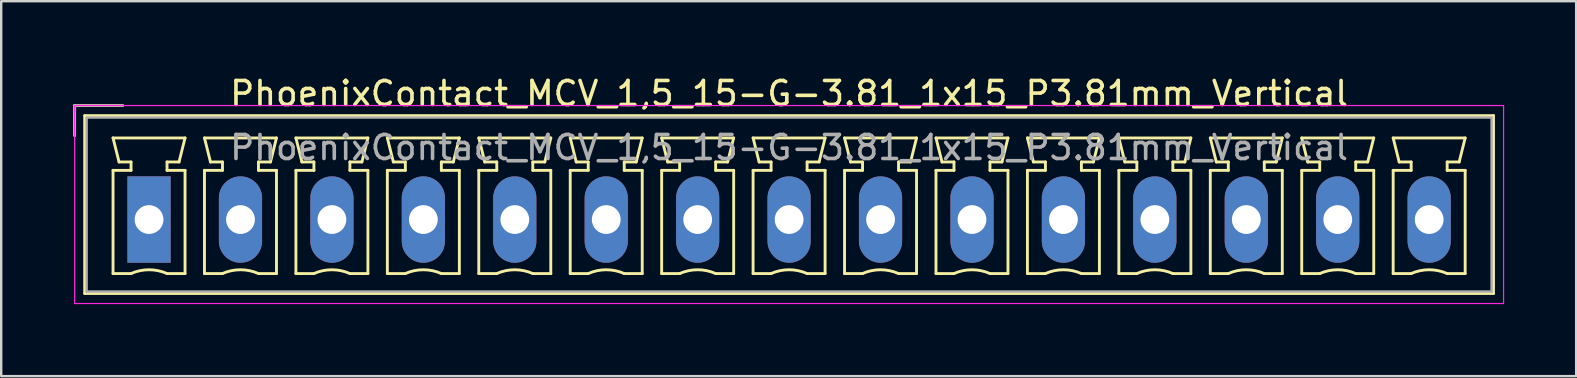
<source format=kicad_pcb>
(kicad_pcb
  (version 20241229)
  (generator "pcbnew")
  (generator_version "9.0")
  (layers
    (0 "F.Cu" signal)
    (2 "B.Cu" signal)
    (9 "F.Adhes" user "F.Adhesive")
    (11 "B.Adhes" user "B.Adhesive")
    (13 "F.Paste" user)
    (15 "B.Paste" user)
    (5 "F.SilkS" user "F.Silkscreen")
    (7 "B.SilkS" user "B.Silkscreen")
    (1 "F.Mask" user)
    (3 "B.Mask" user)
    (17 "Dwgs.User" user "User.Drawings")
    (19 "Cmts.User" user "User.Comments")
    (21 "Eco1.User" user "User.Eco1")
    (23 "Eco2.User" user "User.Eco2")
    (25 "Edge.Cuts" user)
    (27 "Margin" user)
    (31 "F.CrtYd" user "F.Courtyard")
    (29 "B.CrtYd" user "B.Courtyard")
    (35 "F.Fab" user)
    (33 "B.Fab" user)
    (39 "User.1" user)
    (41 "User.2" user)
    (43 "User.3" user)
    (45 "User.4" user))
  (footprint "PhoenixContact_MCV_1,5_15-G-3.81_1x15_P3.81mm_Vertical"
    (layer "F.Cu")
    (at 3.16 6.098)
    (property "Reference" "PhoenixContact_MCV_1,5_15-G-3.81_1x15_P3.81mm_Vertical" (at 26.67 -5.25 0) (layer "F.SilkS") (effects (font (size 1 1) (thickness 0.15))))
    (attr through_hole)
    (fp_line (start -3.1 -4.75) (end -1.1 -4.75) (stroke (width 0.12) (type solid)) (layer "F.SilkS"))
    (fp_line (start -3.1 -3.5) (end -3.1 -4.75) (stroke (width 0.12) (type solid)) (layer "F.SilkS"))
    (fp_line (start -2.68 -4.33) (end -2.68 3.08) (stroke (width 0.12) (type solid)) (layer "F.SilkS"))
    (fp_line (start -2.68 3.08) (end 56.02 3.08) (stroke (width 0.12) (type solid)) (layer "F.SilkS"))
    (fp_line (start -1.5 -3.4) (end 1.5 -3.4) (stroke (width 0.12) (type solid)) (layer "F.SilkS"))
    (fp_line (start -1.5 -2.05) (end -0.75 -2.05) (stroke (width 0.12) (type solid)) (layer "F.SilkS"))
    (fp_line (start -1.5 2.25) (end -1.5 -2.05) (stroke (width 0.12) (type solid)) (layer "F.SilkS"))
    (fp_line (start -1.25 -2.4) (end -1.5 -3.4) (stroke (width 0.12) (type solid)) (layer "F.SilkS"))
    (fp_line (start -0.75 -2.4) (end -1.25 -2.4) (stroke (width 0.12) (type solid)) (layer "F.SilkS"))
    (fp_line (start -0.75 -2.05) (end -0.75 -2.4) (stroke (width 0.12) (type solid)) (layer "F.SilkS"))
    (fp_line (start -0.75 2.25) (end -1.5 2.25) (stroke (width 0.12) (type solid)) (layer "F.SilkS"))
    (fp_line (start 0.75 -2.4) (end 0.75 -2.05) (stroke (width 0.12) (type solid)) (layer "F.SilkS"))
    (fp_line (start 0.75 -2.05) (end 1.5 -2.05) (stroke (width 0.12) (type solid)) (layer "F.SilkS"))
    (fp_line (start 1.25 -2.4) (end 0.75 -2.4) (stroke (width 0.12) (type solid)) (layer "F.SilkS"))
    (fp_line (start 1.5 -3.4) (end 1.25 -2.4) (stroke (width 0.12) (type solid)) (layer "F.SilkS"))
    (fp_line (start 1.5 -2.05) (end 1.5 2.25) (stroke (width 0.12) (type solid)) (layer "F.SilkS"))
    (fp_line (start 1.5 2.25) (end 0.75 2.25) (stroke (width 0.12) (type solid)) (layer "F.SilkS"))
    (fp_line (start 2.31 -3.4) (end 5.31 -3.4) (stroke (width 0.12) (type solid)) (layer "F.SilkS"))
    (fp_line (start 2.31 -2.05) (end 3.06 -2.05) (stroke (width 0.12) (type solid)) (layer "F.SilkS"))
    (fp_line (start 2.31 2.25) (end 2.31 -2.05) (stroke (width 0.12) (type solid)) (layer "F.SilkS"))
    (fp_line (start 2.56 -2.4) (end 2.31 -3.4) (stroke (width 0.12) (type solid)) (layer "F.SilkS"))
    (fp_line (start 3.06 -2.4) (end 2.56 -2.4) (stroke (width 0.12) (type solid)) (layer "F.SilkS"))
    (fp_line (start 3.06 -2.05) (end 3.06 -2.4) (stroke (width 0.12) (type solid)) (layer "F.SilkS"))
    (fp_line (start 3.06 2.25) (end 2.31 2.25) (stroke (width 0.12) (type solid)) (layer "F.SilkS"))
    (fp_line (start 4.56 -2.4) (end 4.56 -2.05) (stroke (width 0.12) (type solid)) (layer "F.SilkS"))
    (fp_line (start 4.56 -2.05) (end 5.31 -2.05) (stroke (width 0.12) (type solid)) (layer "F.SilkS"))
    (fp_line (start 5.06 -2.4) (end 4.56 -2.4) (stroke (width 0.12) (type solid)) (layer "F.SilkS"))
    (fp_line (start 5.31 -3.4) (end 5.06 -2.4) (stroke (width 0.12) (type solid)) (layer "F.SilkS"))
    (fp_line (start 5.31 -2.05) (end 5.31 2.25) (stroke (width 0.12) (type solid)) (layer "F.SilkS"))
    (fp_line (start 5.31 2.25) (end 4.56 2.25) (stroke (width 0.12) (type solid)) (layer "F.SilkS"))
    (fp_line (start 6.12 -3.4) (end 9.12 -3.4) (stroke (width 0.12) (type solid)) (layer "F.SilkS"))
    (fp_line (start 6.12 -2.05) (end 6.87 -2.05) (stroke (width 0.12) (type solid)) (layer "F.SilkS"))
    (fp_line (start 6.12 2.25) (end 6.12 -2.05) (stroke (width 0.12) (type solid)) (layer "F.SilkS"))
    (fp_line (start 6.37 -2.4) (end 6.12 -3.4) (stroke (width 0.12) (type solid)) (layer "F.SilkS"))
    (fp_line (start 6.87 -2.4) (end 6.37 -2.4) (stroke (width 0.12) (type solid)) (layer "F.SilkS"))
    (fp_line (start 6.87 -2.05) (end 6.87 -2.4) (stroke (width 0.12) (type solid)) (layer "F.SilkS"))
    (fp_line (start 6.87 2.25) (end 6.12 2.25) (stroke (width 0.12) (type solid)) (layer "F.SilkS"))
    (fp_line (start 8.37 -2.4) (end 8.37 -2.05) (stroke (width 0.12) (type solid)) (layer "F.SilkS"))
    (fp_line (start 8.37 -2.05) (end 9.12 -2.05) (stroke (width 0.12) (type solid)) (layer "F.SilkS"))
    (fp_line (start 8.87 -2.4) (end 8.37 -2.4) (stroke (width 0.12) (type solid)) (layer "F.SilkS"))
    (fp_line (start 9.12 -3.4) (end 8.87 -2.4) (stroke (width 0.12) (type solid)) (layer "F.SilkS"))
    (fp_line (start 9.12 -2.05) (end 9.12 2.25) (stroke (width 0.12) (type solid)) (layer "F.SilkS"))
    (fp_line (start 9.12 2.25) (end 8.37 2.25) (stroke (width 0.12) (type solid)) (layer "F.SilkS"))
    (fp_line (start 9.93 -3.4) (end 12.93 -3.4) (stroke (width 0.12) (type solid)) (layer "F.SilkS"))
    (fp_line (start 9.93 -2.05) (end 10.68 -2.05) (stroke (width 0.12) (type solid)) (layer "F.SilkS"))
    (fp_line (start 9.93 2.25) (end 9.93 -2.05) (stroke (width 0.12) (type solid)) (layer "F.SilkS"))
    (fp_line (start 10.18 -2.4) (end 9.93 -3.4) (stroke (width 0.12) (type solid)) (layer "F.SilkS"))
    (fp_line (start 10.68 -2.4) (end 10.18 -2.4) (stroke (width 0.12) (type solid)) (layer "F.SilkS"))
    (fp_line (start 10.68 -2.05) (end 10.68 -2.4) (stroke (width 0.12) (type solid)) (layer "F.SilkS"))
    (fp_line (start 10.68 2.25) (end 9.93 2.25) (stroke (width 0.12) (type solid)) (layer "F.SilkS"))
    (fp_line (start 12.18 -2.4) (end 12.18 -2.05) (stroke (width 0.12) (type solid)) (layer "F.SilkS"))
    (fp_line (start 12.18 -2.05) (end 12.93 -2.05) (stroke (width 0.12) (type solid)) (layer "F.SilkS"))
    (fp_line (start 12.68 -2.4) (end 12.18 -2.4) (stroke (width 0.12) (type solid)) (layer "F.SilkS"))
    (fp_line (start 12.93 -3.4) (end 12.68 -2.4) (stroke (width 0.12) (type solid)) (layer "F.SilkS"))
    (fp_line (start 12.93 -2.05) (end 12.93 2.25) (stroke (width 0.12) (type solid)) (layer "F.SilkS"))
    (fp_line (start 12.93 2.25) (end 12.18 2.25) (stroke (width 0.12) (type solid)) (layer "F.SilkS"))
    (fp_line (start 13.74 -3.4) (end 16.74 -3.4) (stroke (width 0.12) (type solid)) (layer "F.SilkS"))
    (fp_line (start 13.74 -2.05) (end 14.49 -2.05) (stroke (width 0.12) (type solid)) (layer "F.SilkS"))
    (fp_line (start 13.74 2.25) (end 13.74 -2.05) (stroke (width 0.12) (type solid)) (layer "F.SilkS"))
    (fp_line (start 13.99 -2.4) (end 13.74 -3.4) (stroke (width 0.12) (type solid)) (layer "F.SilkS"))
    (fp_line (start 14.49 -2.4) (end 13.99 -2.4) (stroke (width 0.12) (type solid)) (layer "F.SilkS"))
    (fp_line (start 14.49 -2.05) (end 14.49 -2.4) (stroke (width 0.12) (type solid)) (layer "F.SilkS"))
    (fp_line (start 14.49 2.25) (end 13.74 2.25) (stroke (width 0.12) (type solid)) (layer "F.SilkS"))
    (fp_line (start 15.99 -2.4) (end 15.99 -2.05) (stroke (width 0.12) (type solid)) (layer "F.SilkS"))
    (fp_line (start 15.99 -2.05) (end 16.74 -2.05) (stroke (width 0.12) (type solid)) (layer "F.SilkS"))
    (fp_line (start 16.49 -2.4) (end 15.99 -2.4) (stroke (width 0.12) (type solid)) (layer "F.SilkS"))
    (fp_line (start 16.74 -3.4) (end 16.49 -2.4) (stroke (width 0.12) (type solid)) (layer "F.SilkS"))
    (fp_line (start 16.74 -2.05) (end 16.74 2.25) (stroke (width 0.12) (type solid)) (layer "F.SilkS"))
    (fp_line (start 16.74 2.25) (end 15.99 2.25) (stroke (width 0.12) (type solid)) (layer "F.SilkS"))
    (fp_line (start 17.55 -3.4) (end 20.55 -3.4) (stroke (width 0.12) (type solid)) (layer "F.SilkS"))
    (fp_line (start 17.55 -2.05) (end 18.3 -2.05) (stroke (width 0.12) (type solid)) (layer "F.SilkS"))
    (fp_line (start 17.55 2.25) (end 17.55 -2.05) (stroke (width 0.12) (type solid)) (layer "F.SilkS"))
    (fp_line (start 17.8 -2.4) (end 17.55 -3.4) (stroke (width 0.12) (type solid)) (layer "F.SilkS"))
    (fp_line (start 18.3 -2.4) (end 17.8 -2.4) (stroke (width 0.12) (type solid)) (layer "F.SilkS"))
    (fp_line (start 18.3 -2.05) (end 18.3 -2.4) (stroke (width 0.12) (type solid)) (layer "F.SilkS"))
    (fp_line (start 18.3 2.25) (end 17.55 2.25) (stroke (width 0.12) (type solid)) (layer "F.SilkS"))
    (fp_line (start 19.8 -2.4) (end 19.8 -2.05) (stroke (width 0.12) (type solid)) (layer "F.SilkS"))
    (fp_line (start 19.8 -2.05) (end 20.55 -2.05) (stroke (width 0.12) (type solid)) (layer "F.SilkS"))
    (fp_line (start 20.3 -2.4) (end 19.8 -2.4) (stroke (width 0.12) (type solid)) (layer "F.SilkS"))
    (fp_line (start 20.55 -3.4) (end 20.3 -2.4) (stroke (width 0.12) (type solid)) (layer "F.SilkS"))
    (fp_line (start 20.55 -2.05) (end 20.55 2.25) (stroke (width 0.12) (type solid)) (layer "F.SilkS"))
    (fp_line (start 20.55 2.25) (end 19.8 2.25) (stroke (width 0.12) (type solid)) (layer "F.SilkS"))
    (fp_line (start 21.36 -3.4) (end 24.36 -3.4) (stroke (width 0.12) (type solid)) (layer "F.SilkS"))
    (fp_line (start 21.36 -2.05) (end 22.11 -2.05) (stroke (width 0.12) (type solid)) (layer "F.SilkS"))
    (fp_line (start 21.36 2.25) (end 21.36 -2.05) (stroke (width 0.12) (type solid)) (layer "F.SilkS"))
    (fp_line (start 21.61 -2.4) (end 21.36 -3.4) (stroke (width 0.12) (type solid)) (layer "F.SilkS"))
    (fp_line (start 22.11 -2.4) (end 21.61 -2.4) (stroke (width 0.12) (type solid)) (layer "F.SilkS"))
    (fp_line (start 22.11 -2.05) (end 22.11 -2.4) (stroke (width 0.12) (type solid)) (layer "F.SilkS"))
    (fp_line (start 22.11 2.25) (end 21.36 2.25) (stroke (width 0.12) (type solid)) (layer "F.SilkS"))
    (fp_line (start 23.61 -2.4) (end 23.61 -2.05) (stroke (width 0.12) (type solid)) (layer "F.SilkS"))
    (fp_line (start 23.61 -2.05) (end 24.36 -2.05) (stroke (width 0.12) (type solid)) (layer "F.SilkS"))
    (fp_line (start 24.11 -2.4) (end 23.61 -2.4) (stroke (width 0.12) (type solid)) (layer "F.SilkS"))
    (fp_line (start 24.36 -3.4) (end 24.11 -2.4) (stroke (width 0.12) (type solid)) (layer "F.SilkS"))
    (fp_line (start 24.36 -2.05) (end 24.36 2.25) (stroke (width 0.12) (type solid)) (layer "F.SilkS"))
    (fp_line (start 24.36 2.25) (end 23.61 2.25) (stroke (width 0.12) (type solid)) (layer "F.SilkS"))
    (fp_line (start 25.17 -3.4) (end 28.17 -3.4) (stroke (width 0.12) (type solid)) (layer "F.SilkS"))
    (fp_line (start 25.17 -2.05) (end 25.92 -2.05) (stroke (width 0.12) (type solid)) (layer "F.SilkS"))
    (fp_line (start 25.17 2.25) (end 25.17 -2.05) (stroke (width 0.12) (type solid)) (layer "F.SilkS"))
    (fp_line (start 25.42 -2.4) (end 25.17 -3.4) (stroke (width 0.12) (type solid)) (layer "F.SilkS"))
    (fp_line (start 25.92 -2.4) (end 25.42 -2.4) (stroke (width 0.12) (type solid)) (layer "F.SilkS"))
    (fp_line (start 25.92 -2.05) (end 25.92 -2.4) (stroke (width 0.12) (type solid)) (layer "F.SilkS"))
    (fp_line (start 25.92 2.25) (end 25.17 2.25) (stroke (width 0.12) (type solid)) (layer "F.SilkS"))
    (fp_line (start 27.42 -2.4) (end 27.42 -2.05) (stroke (width 0.12) (type solid)) (layer "F.SilkS"))
    (fp_line (start 27.42 -2.05) (end 28.17 -2.05) (stroke (width 0.12) (type solid)) (layer "F.SilkS"))
    (fp_line (start 27.92 -2.4) (end 27.42 -2.4) (stroke (width 0.12) (type solid)) (layer "F.SilkS"))
    (fp_line (start 28.17 -3.4) (end 27.92 -2.4) (stroke (width 0.12) (type solid)) (layer "F.SilkS"))
    (fp_line (start 28.17 -2.05) (end 28.17 2.25) (stroke (width 0.12) (type solid)) (layer "F.SilkS"))
    (fp_line (start 28.17 2.25) (end 27.42 2.25) (stroke (width 0.12) (type solid)) (layer "F.SilkS"))
    (fp_line (start 28.98 -3.4) (end 31.98 -3.4) (stroke (width 0.12) (type solid)) (layer "F.SilkS"))
    (fp_line (start 28.98 -2.05) (end 29.73 -2.05) (stroke (width 0.12) (type solid)) (layer "F.SilkS"))
    (fp_line (start 28.98 2.25) (end 28.98 -2.05) (stroke (width 0.12) (type solid)) (layer "F.SilkS"))
    (fp_line (start 29.23 -2.4) (end 28.98 -3.4) (stroke (width 0.12) (type solid)) (layer "F.SilkS"))
    (fp_line (start 29.73 -2.4) (end 29.23 -2.4) (stroke (width 0.12) (type solid)) (layer "F.SilkS"))
    (fp_line (start 29.73 -2.05) (end 29.73 -2.4) (stroke (width 0.12) (type solid)) (layer "F.SilkS"))
    (fp_line (start 29.73 2.25) (end 28.98 2.25) (stroke (width 0.12) (type solid)) (layer "F.SilkS"))
    (fp_line (start 31.23 -2.4) (end 31.23 -2.05) (stroke (width 0.12) (type solid)) (layer "F.SilkS"))
    (fp_line (start 31.23 -2.05) (end 31.98 -2.05) (stroke (width 0.12) (type solid)) (layer "F.SilkS"))
    (fp_line (start 31.73 -2.4) (end 31.23 -2.4) (stroke (width 0.12) (type solid)) (layer "F.SilkS"))
    (fp_line (start 31.98 -3.4) (end 31.73 -2.4) (stroke (width 0.12) (type solid)) (layer "F.SilkS"))
    (fp_line (start 31.98 -2.05) (end 31.98 2.25) (stroke (width 0.12) (type solid)) (layer "F.SilkS"))
    (fp_line (start 31.98 2.25) (end 31.23 2.25) (stroke (width 0.12) (type solid)) (layer "F.SilkS"))
    (fp_line (start 32.79 -3.4) (end 35.79 -3.4) (stroke (width 0.12) (type solid)) (layer "F.SilkS"))
    (fp_line (start 32.79 -2.05) (end 33.54 -2.05) (stroke (width 0.12) (type solid)) (layer "F.SilkS"))
    (fp_line (start 32.79 2.25) (end 32.79 -2.05) (stroke (width 0.12) (type solid)) (layer "F.SilkS"))
    (fp_line (start 33.04 -2.4) (end 32.79 -3.4) (stroke (width 0.12) (type solid)) (layer "F.SilkS"))
    (fp_line (start 33.54 -2.4) (end 33.04 -2.4) (stroke (width 0.12) (type solid)) (layer "F.SilkS"))
    (fp_line (start 33.54 -2.05) (end 33.54 -2.4) (stroke (width 0.12) (type solid)) (layer "F.SilkS"))
    (fp_line (start 33.54 2.25) (end 32.79 2.25) (stroke (width 0.12) (type solid)) (layer "F.SilkS"))
    (fp_line (start 35.04 -2.4) (end 35.04 -2.05) (stroke (width 0.12) (type solid)) (layer "F.SilkS"))
    (fp_line (start 35.04 -2.05) (end 35.79 -2.05) (stroke (width 0.12) (type solid)) (layer "F.SilkS"))
    (fp_line (start 35.54 -2.4) (end 35.04 -2.4) (stroke (width 0.12) (type solid)) (layer "F.SilkS"))
    (fp_line (start 35.79 -3.4) (end 35.54 -2.4) (stroke (width 0.12) (type solid)) (layer "F.SilkS"))
    (fp_line (start 35.79 -2.05) (end 35.79 2.25) (stroke (width 0.12) (type solid)) (layer "F.SilkS"))
    (fp_line (start 35.79 2.25) (end 35.04 2.25) (stroke (width 0.12) (type solid)) (layer "F.SilkS"))
    (fp_line (start 36.6 -3.4) (end 39.6 -3.4) (stroke (width 0.12) (type solid)) (layer "F.SilkS"))
    (fp_line (start 36.6 -2.05) (end 37.35 -2.05) (stroke (width 0.12) (type solid)) (layer "F.SilkS"))
    (fp_line (start 36.6 2.25) (end 36.6 -2.05) (stroke (width 0.12) (type solid)) (layer "F.SilkS"))
    (fp_line (start 36.85 -2.4) (end 36.6 -3.4) (stroke (width 0.12) (type solid)) (layer "F.SilkS"))
    (fp_line (start 37.35 -2.4) (end 36.85 -2.4) (stroke (width 0.12) (type solid)) (layer "F.SilkS"))
    (fp_line (start 37.35 -2.05) (end 37.35 -2.4) (stroke (width 0.12) (type solid)) (layer "F.SilkS"))
    (fp_line (start 37.35 2.25) (end 36.6 2.25) (stroke (width 0.12) (type solid)) (layer "F.SilkS"))
    (fp_line (start 38.85 -2.4) (end 38.85 -2.05) (stroke (width 0.12) (type solid)) (layer "F.SilkS"))
    (fp_line (start 38.85 -2.05) (end 39.6 -2.05) (stroke (width 0.12) (type solid)) (layer "F.SilkS"))
    (fp_line (start 39.35 -2.4) (end 38.85 -2.4) (stroke (width 0.12) (type solid)) (layer "F.SilkS"))
    (fp_line (start 39.6 -3.4) (end 39.35 -2.4) (stroke (width 0.12) (type solid)) (layer "F.SilkS"))
    (fp_line (start 39.6 -2.05) (end 39.6 2.25) (stroke (width 0.12) (type solid)) (layer "F.SilkS"))
    (fp_line (start 39.6 2.25) (end 38.85 2.25) (stroke (width 0.12) (type solid)) (layer "F.SilkS"))
    (fp_line (start 40.41 -3.4) (end 43.41 -3.4) (stroke (width 0.12) (type solid)) (layer "F.SilkS"))
    (fp_line (start 40.41 -2.05) (end 41.16 -2.05) (stroke (width 0.12) (type solid)) (layer "F.SilkS"))
    (fp_line (start 40.41 2.25) (end 40.41 -2.05) (stroke (width 0.12) (type solid)) (layer "F.SilkS"))
    (fp_line (start 40.66 -2.4) (end 40.41 -3.4) (stroke (width 0.12) (type solid)) (layer "F.SilkS"))
    (fp_line (start 41.16 -2.4) (end 40.66 -2.4) (stroke (width 0.12) (type solid)) (layer "F.SilkS"))
    (fp_line (start 41.16 -2.05) (end 41.16 -2.4) (stroke (width 0.12) (type solid)) (layer "F.SilkS"))
    (fp_line (start 41.16 2.25) (end 40.41 2.25) (stroke (width 0.12) (type solid)) (layer "F.SilkS"))
    (fp_line (start 42.66 -2.4) (end 42.66 -2.05) (stroke (width 0.12) (type solid)) (layer "F.SilkS"))
    (fp_line (start 42.66 -2.05) (end 43.41 -2.05) (stroke (width 0.12) (type solid)) (layer "F.SilkS"))
    (fp_line (start 43.16 -2.4) (end 42.66 -2.4) (stroke (width 0.12) (type solid)) (layer "F.SilkS"))
    (fp_line (start 43.41 -3.4) (end 43.16 -2.4) (stroke (width 0.12) (type solid)) (layer "F.SilkS"))
    (fp_line (start 43.41 -2.05) (end 43.41 2.25) (stroke (width 0.12) (type solid)) (layer "F.SilkS"))
    (fp_line (start 43.41 2.25) (end 42.66 2.25) (stroke (width 0.12) (type solid)) (layer "F.SilkS"))
    (fp_line (start 44.22 -3.4) (end 47.22 -3.4) (stroke (width 0.12) (type solid)) (layer "F.SilkS"))
    (fp_line (start 44.22 -2.05) (end 44.97 -2.05) (stroke (width 0.12) (type solid)) (layer "F.SilkS"))
    (fp_line (start 44.22 2.25) (end 44.22 -2.05) (stroke (width 0.12) (type solid)) (layer "F.SilkS"))
    (fp_line (start 44.47 -2.4) (end 44.22 -3.4) (stroke (width 0.12) (type solid)) (layer "F.SilkS"))
    (fp_line (start 44.97 -2.4) (end 44.47 -2.4) (stroke (width 0.12) (type solid)) (layer "F.SilkS"))
    (fp_line (start 44.97 -2.05) (end 44.97 -2.4) (stroke (width 0.12) (type solid)) (layer "F.SilkS"))
    (fp_line (start 44.97 2.25) (end 44.22 2.25) (stroke (width 0.12) (type solid)) (layer "F.SilkS"))
    (fp_line (start 46.47 -2.4) (end 46.47 -2.05) (stroke (width 0.12) (type solid)) (layer "F.SilkS"))
    (fp_line (start 46.47 -2.05) (end 47.22 -2.05) (stroke (width 0.12) (type solid)) (layer "F.SilkS"))
    (fp_line (start 46.97 -2.4) (end 46.47 -2.4) (stroke (width 0.12) (type solid)) (layer "F.SilkS"))
    (fp_line (start 47.22 -3.4) (end 46.97 -2.4) (stroke (width 0.12) (type solid)) (layer "F.SilkS"))
    (fp_line (start 47.22 -2.05) (end 47.22 2.25) (stroke (width 0.12) (type solid)) (layer "F.SilkS"))
    (fp_line (start 47.22 2.25) (end 46.47 2.25) (stroke (width 0.12) (type solid)) (layer "F.SilkS"))
    (fp_line (start 48.03 -3.4) (end 51.03 -3.4) (stroke (width 0.12) (type solid)) (layer "F.SilkS"))
    (fp_line (start 48.03 -2.05) (end 48.78 -2.05) (stroke (width 0.12) (type solid)) (layer "F.SilkS"))
    (fp_line (start 48.03 2.25) (end 48.03 -2.05) (stroke (width 0.12) (type solid)) (layer "F.SilkS"))
    (fp_line (start 48.28 -2.4) (end 48.03 -3.4) (stroke (width 0.12) (type solid)) (layer "F.SilkS"))
    (fp_line (start 48.78 -2.4) (end 48.28 -2.4) (stroke (width 0.12) (type solid)) (layer "F.SilkS"))
    (fp_line (start 48.78 -2.05) (end 48.78 -2.4) (stroke (width 0.12) (type solid)) (layer "F.SilkS"))
    (fp_line (start 48.78 2.25) (end 48.03 2.25) (stroke (width 0.12) (type solid)) (layer "F.SilkS"))
    (fp_line (start 50.28 -2.4) (end 50.28 -2.05) (stroke (width 0.12) (type solid)) (layer "F.SilkS"))
    (fp_line (start 50.28 -2.05) (end 51.03 -2.05) (stroke (width 0.12) (type solid)) (layer "F.SilkS"))
    (fp_line (start 50.78 -2.4) (end 50.28 -2.4) (stroke (width 0.12) (type solid)) (layer "F.SilkS"))
    (fp_line (start 51.03 -3.4) (end 50.78 -2.4) (stroke (width 0.12) (type solid)) (layer "F.SilkS"))
    (fp_line (start 51.03 -2.05) (end 51.03 2.25) (stroke (width 0.12) (type solid)) (layer "F.SilkS"))
    (fp_line (start 51.03 2.25) (end 50.28 2.25) (stroke (width 0.12) (type solid)) (layer "F.SilkS"))
    (fp_line (start 51.84 -3.4) (end 54.84 -3.4) (stroke (width 0.12) (type solid)) (layer "F.SilkS"))
    (fp_line (start 51.84 -2.05) (end 52.59 -2.05) (stroke (width 0.12) (type solid)) (layer "F.SilkS"))
    (fp_line (start 51.84 2.25) (end 51.84 -2.05) (stroke (width 0.12) (type solid)) (layer "F.SilkS"))
    (fp_line (start 52.09 -2.4) (end 51.84 -3.4) (stroke (width 0.12) (type solid)) (layer "F.SilkS"))
    (fp_line (start 52.59 -2.4) (end 52.09 -2.4) (stroke (width 0.12) (type solid)) (layer "F.SilkS"))
    (fp_line (start 52.59 -2.05) (end 52.59 -2.4) (stroke (width 0.12) (type solid)) (layer "F.SilkS"))
    (fp_line (start 52.59 2.25) (end 51.84 2.25) (stroke (width 0.12) (type solid)) (layer "F.SilkS"))
    (fp_line (start 54.09 -2.4) (end 54.09 -2.05) (stroke (width 0.12) (type solid)) (layer "F.SilkS"))
    (fp_line (start 54.09 -2.05) (end 54.84 -2.05) (stroke (width 0.12) (type solid)) (layer "F.SilkS"))
    (fp_line (start 54.59 -2.4) (end 54.09 -2.4) (stroke (width 0.12) (type solid)) (layer "F.SilkS"))
    (fp_line (start 54.84 -3.4) (end 54.59 -2.4) (stroke (width 0.12) (type solid)) (layer "F.SilkS"))
    (fp_line (start 54.84 -2.05) (end 54.84 2.25) (stroke (width 0.12) (type solid)) (layer "F.SilkS"))
    (fp_line (start 54.84 2.25) (end 54.09 2.25) (stroke (width 0.12) (type solid)) (layer "F.SilkS"))
    (fp_line (start 56.02 -4.33) (end -2.68 -4.33) (stroke (width 0.12) (type solid)) (layer "F.SilkS"))
    (fp_line (start 56.02 3.08) (end 56.02 -4.33) (stroke (width 0.12) (type solid)) (layer "F.SilkS"))
    (fp_arc (start -0.75 2.25) (mid -0.000193 2.09191) (end 0.749647 2.249844) (stroke (width 0.12) (type solid)) (layer "F.SilkS"))
    (fp_arc (start 3.06 2.25) (mid 3.809807 2.09191) (end 4.559647 2.249844) (stroke (width 0.12) (type solid)) (layer "F.SilkS"))
    (fp_arc (start 6.87 2.25) (mid 7.619807 2.09191) (end 8.369647 2.249844) (stroke (width 0.12) (type solid)) (layer "F.SilkS"))
    (fp_arc (start 10.68 2.25) (mid 11.429807 2.09191) (end 12.179647 2.249844) (stroke (width 0.12) (type solid)) (layer "F.SilkS"))
    (fp_arc (start 14.49 2.25) (mid 15.239807 2.09191) (end 15.989647 2.249844) (stroke (width 0.12) (type solid)) (layer "F.SilkS"))
    (fp_arc (start 18.3 2.25) (mid 19.049807 2.09191) (end 19.799647 2.249844) (stroke (width 0.12) (type solid)) (layer "F.SilkS"))
    (fp_arc (start 22.11 2.25) (mid 22.859807 2.09191) (end 23.609647 2.249844) (stroke (width 0.12) (type solid)) (layer "F.SilkS"))
    (fp_arc (start 25.92 2.25) (mid 26.669807 2.09191) (end 27.419647 2.249844) (stroke (width 0.12) (type solid)) (layer "F.SilkS"))
    (fp_arc (start 29.73 2.25) (mid 30.479807 2.09191) (end 31.229647 2.249844) (stroke (width 0.12) (type solid)) (layer "F.SilkS"))
    (fp_arc (start 33.54 2.25) (mid 34.289807 2.09191) (end 35.039647 2.249844) (stroke (width 0.12) (type solid)) (layer "F.SilkS"))
    (fp_arc (start 37.35 2.25) (mid 38.099807 2.09191) (end 38.849647 2.249844) (stroke (width 0.12) (type solid)) (layer "F.SilkS"))
    (fp_arc (start 41.16 2.25) (mid 41.909807 2.09191) (end 42.659647 2.249844) (stroke (width 0.12) (type solid)) (layer "F.SilkS"))
    (fp_arc (start 44.97 2.25) (mid 45.719807 2.09191) (end 46.469647 2.249844) (stroke (width 0.12) (type solid)) (layer "F.SilkS"))
    (fp_arc (start 48.78 2.25) (mid 49.529807 2.09191) (end 50.279647 2.249844) (stroke (width 0.12) (type solid)) (layer "F.SilkS"))
    (fp_arc (start 52.59 2.25) (mid 53.339807 2.09191) (end 54.089647 2.249844) (stroke (width 0.12) (type solid)) (layer "F.SilkS"))
    (fp_line (start -3.1 -4.75) (end -3.1 3.5) (stroke (width 0.05) (type solid)) (layer "F.CrtYd"))
    (fp_line (start -3.1 3.5) (end 56.44 3.5) (stroke (width 0.05) (type solid)) (layer "F.CrtYd"))
    (fp_line (start 56.44 -4.75) (end -3.1 -4.75) (stroke (width 0.05) (type solid)) (layer "F.CrtYd"))
    (fp_line (start 56.44 3.5) (end 56.44 -4.75) (stroke (width 0.05) (type solid)) (layer "F.CrtYd"))
    (fp_line (start -3.1 -4.75) (end -1.1 -4.75) (stroke (width 0.1) (type solid)) (layer "F.Fab"))
    (fp_line (start -3.1 -3.5) (end -3.1 -4.75) (stroke (width 0.1) (type solid)) (layer "F.Fab"))
    (fp_line (start -2.6 -4.25) (end -2.6 3) (stroke (width 0.1) (type solid)) (layer "F.Fab"))
    (fp_line (start -2.6 3) (end 55.94 3) (stroke (width 0.1) (type solid)) (layer "F.Fab"))
    (fp_line (start 55.94 -4.25) (end -2.6 -4.25) (stroke (width 0.1) (type solid)) (layer "F.Fab"))
    (fp_line (start 55.94 3) (end 55.94 -4.25) (stroke (width 0.1) (type solid)) (layer "F.Fab"))
    (fp_text user "${REFERENCE}" (at 26.67 -3 0) (layer "F.Fab") (effects (font (size 1 1) (thickness 0.15))))
    (pad "1" thru_hole rect (at 0 0) (size 1.8 3.6) (drill 1.2) (layers "*.Cu" "*.Mask"))
    (pad "2" thru_hole oval (at 3.81 0) (size 1.8 3.6) (drill 1.2) (layers "*.Cu" "*.Mask"))
    (pad "3" thru_hole oval (at 7.62 0) (size 1.8 3.6) (drill 1.2) (layers "*.Cu" "*.Mask"))
    (pad "4" thru_hole oval (at 11.43 0) (size 1.8 3.6) (drill 1.2) (layers "*.Cu" "*.Mask"))
    (pad "5" thru_hole oval (at 15.24 0) (size 1.8 3.6) (drill 1.2) (layers "*.Cu" "*.Mask"))
    (pad "6" thru_hole oval (at 19.05 0) (size 1.8 3.6) (drill 1.2) (layers "*.Cu" "*.Mask"))
    (pad "7" thru_hole oval (at 22.86 0) (size 1.8 3.6) (drill 1.2) (layers "*.Cu" "*.Mask"))
    (pad "8" thru_hole oval (at 26.67 0) (size 1.8 3.6) (drill 1.2) (layers "*.Cu" "*.Mask"))
    (pad "9" thru_hole oval (at 30.48 0) (size 1.8 3.6) (drill 1.2) (layers "*.Cu" "*.Mask"))
    (pad "10" thru_hole oval (at 34.29 0) (size 1.8 3.6) (drill 1.2) (layers "*.Cu" "*.Mask"))
    (pad "11" thru_hole oval (at 38.1 0) (size 1.8 3.6) (drill 1.2) (layers "*.Cu" "*.Mask"))
    (pad "12" thru_hole oval (at 41.91 0) (size 1.8 3.6) (drill 1.2) (layers "*.Cu" "*.Mask"))
    (pad "13" thru_hole oval (at 45.72 0) (size 1.8 3.6) (drill 1.2) (layers "*.Cu" "*.Mask"))
    (pad "14" thru_hole oval (at 49.53 0) (size 1.8 3.6) (drill 1.2) (layers "*.Cu" "*.Mask"))
    (pad "15" thru_hole oval (at 53.34 0) (size 1.8 3.6) (drill 1.2) (layers "*.Cu" "*.Mask")))
  (gr_rect
    (start -3 -3)
    (end 62.625 12.623)
    (stroke (width 0.1) (type default))
    (fill no)
    (layer "Edge.Cuts")))
</source>
